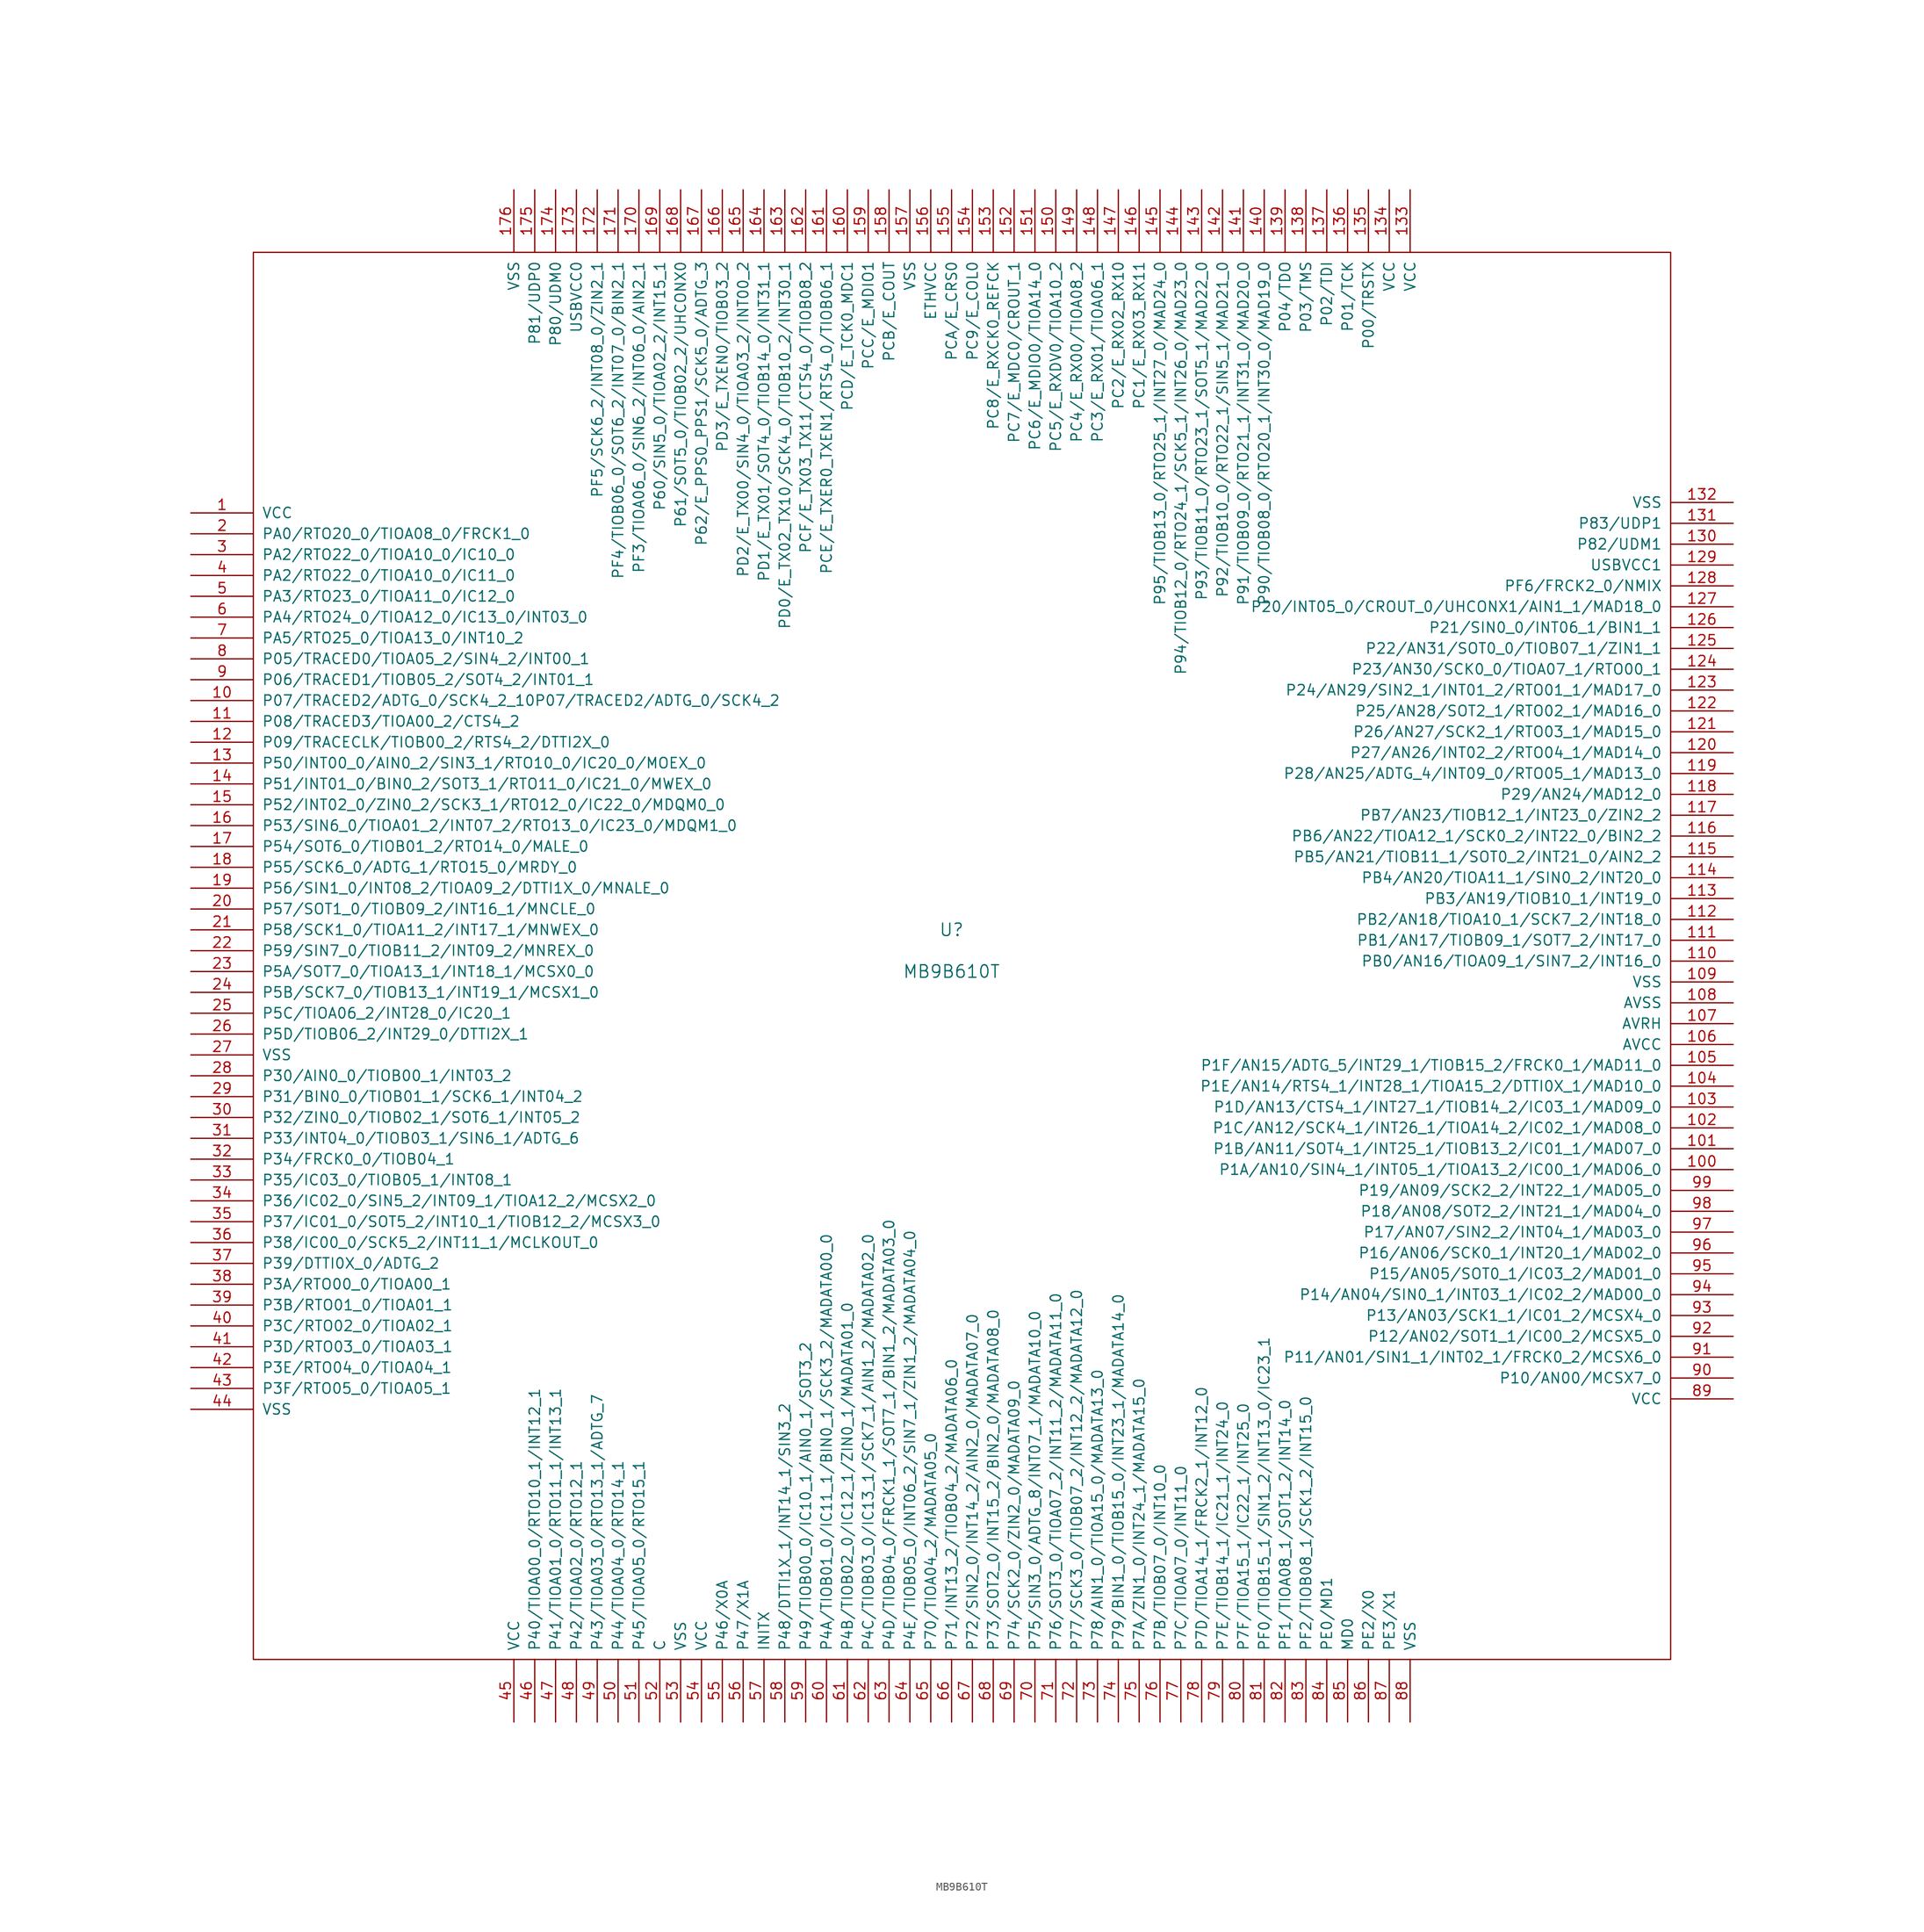
<source format=kicad_sym>
(kicad_symbol_lib
  (version 20220914)
  (generator kicad_symbol_editor)
  (symbol "MB9B610T"
    (pin_names
      (offset 1.016))
    (property "Reference" "U"
      (at 0 2.54 0)
      (effects (font (size 1.524 1.524))))
    (property "Value" "MB9B610T"
      (at 0 -2.54 0)
      (effects (font (size 1.524 1.524))))
    (property "Footprint" ""
      (at 0 0 0)
      (effects (font (size 1.524 1.524))))
    (property "Datasheet" ""
      (at 0 0 0)
      (effects (font (size 1.524 1.524))))
    (symbol "MB9B610T_0_1"
      (rectangle (start -85.09 85.09) (end 87.63 -86.36) (stroke (width 0) (type solid)) (fill (type none))))
    (symbol "MB9B610T_1_1"
      (pin input line (at -92.71 53.34 0) (length 7.62) (name "VCC" (effects (font (size 1.27 1.27)))) (number "1" (effects (font (size 1.27 1.27)))))
      (pin input line (at -92.71 30.48 0) (length 7.62) (name "P07/TRACED2/ADTG_0/SCK4_2_10P07/TRACED2/ADTG_0/SCK4_2" (effects (font (size 1.27 1.27)))) (number "10" (effects (font (size 1.27 1.27)))))
      (pin input line (at 95.25 -26.67 180) (length 7.62) (name "P1A/AN10/SIN4_1/INT05_1/TIOA13_2/IC00_1/MAD06_0" (effects (font (size 1.27 1.27)))) (number "100" (effects (font (size 1.27 1.27)))))
      (pin input line (at 95.25 -24.13 180) (length 7.62) (name "P1B/AN11/SOT4_1/INT25_1/TIOB13_2/IC01_1/MAD07_0" (effects (font (size 1.27 1.27)))) (number "101" (effects (font (size 1.27 1.27)))))
      (pin input line (at 95.25 -21.59 180) (length 7.62) (name "P1C/AN12/SCK4_1/INT26_1/TIOA14_2/IC02_1/MAD08_0" (effects (font (size 1.27 1.27)))) (number "102" (effects (font (size 1.27 1.27)))))
      (pin input line (at 95.25 -19.05 180) (length 7.62) (name "P1D/AN13/CTS4_1/INT27_1/TIOB14_2/IC03_1/MAD09_0" (effects (font (size 1.27 1.27)))) (number "103" (effects (font (size 1.27 1.27)))))
      (pin input line (at 95.25 -16.51 180) (length 7.62) (name "P1E/AN14/RTS4_1/INT28_1/TIOA15_2/DTTI0X_1/MAD10_0" (effects (font (size 1.27 1.27)))) (number "104" (effects (font (size 1.27 1.27)))))
      (pin input line (at 95.25 -13.97 180) (length 7.62) (name "P1F/AN15/ADTG_5/INT29_1/TIOB15_2/FRCK0_1/MAD11_0" (effects (font (size 1.27 1.27)))) (number "105" (effects (font (size 1.27 1.27)))))
      (pin input line (at 95.25 -11.43 180) (length 7.62) (name "AVCC" (effects (font (size 1.27 1.27)))) (number "106" (effects (font (size 1.27 1.27)))))
      (pin input line (at 95.25 -8.89 180) (length 7.62) (name "AVRH" (effects (font (size 1.27 1.27)))) (number "107" (effects (font (size 1.27 1.27)))))
      (pin input line (at 95.25 -6.35 180) (length 7.62) (name "AVSS" (effects (font (size 1.27 1.27)))) (number "108" (effects (font (size 1.27 1.27)))))
      (pin input line (at 95.25 -3.81 180) (length 7.62) (name "VSS" (effects (font (size 1.27 1.27)))) (number "109" (effects (font (size 1.27 1.27)))))
      (pin input line (at -92.71 27.94 0) (length 7.62) (name "P08/TRACED3/TIOA00_2/CTS4_2" (effects (font (size 1.27 1.27)))) (number "11" (effects (font (size 1.27 1.27)))))
      (pin input line (at 95.25 -1.27 180) (length 7.62) (name "PB0/AN16/TIOA09_1/SIN7_2/INT16_0" (effects (font (size 1.27 1.27)))) (number "110" (effects (font (size 1.27 1.27)))))
      (pin input line (at 95.25 1.27 180) (length 7.62) (name "PB1/AN17/TIOB09_1/SOT7_2/INT17_0" (effects (font (size 1.27 1.27)))) (number "111" (effects (font (size 1.27 1.27)))))
      (pin input line (at 95.25 3.81 180) (length 7.62) (name "PB2/AN18/TIOA10_1/SCK7_2/INT18_0" (effects (font (size 1.27 1.27)))) (number "112" (effects (font (size 1.27 1.27)))))
      (pin input line (at 95.25 6.35 180) (length 7.62) (name "PB3/AN19/TIOB10_1/INT19_0" (effects (font (size 1.27 1.27)))) (number "113" (effects (font (size 1.27 1.27)))))
      (pin input line (at 95.25 8.89 180) (length 7.62) (name "PB4/AN20/TIOA11_1/SIN0_2/INT20_0" (effects (font (size 1.27 1.27)))) (number "114" (effects (font (size 1.27 1.27)))))
      (pin input line (at 95.25 11.43 180) (length 7.62) (name "PB5/AN21/TIOB11_1/SOT0_2/INT21_0/AIN2_2" (effects (font (size 1.27 1.27)))) (number "115" (effects (font (size 1.27 1.27)))))
      (pin input line (at 95.25 13.97 180) (length 7.62) (name "PB6/AN22/TIOA12_1/SCK0_2/INT22_0/BIN2_2" (effects (font (size 1.27 1.27)))) (number "116" (effects (font (size 1.27 1.27)))))
      (pin input line (at 95.25 16.51 180) (length 7.62) (name "PB7/AN23/TIOB12_1/INT23_0/ZIN2_2" (effects (font (size 1.27 1.27)))) (number "117" (effects (font (size 1.27 1.27)))))
      (pin input line (at 95.25 19.05 180) (length 7.62) (name "P29/AN24/MAD12_0" (effects (font (size 1.27 1.27)))) (number "118" (effects (font (size 1.27 1.27)))))
      (pin input line (at 95.25 21.59 180) (length 7.62) (name "P28/AN25/ADTG_4/INT09_0/RTO05_1/MAD13_0" (effects (font (size 1.27 1.27)))) (number "119" (effects (font (size 1.27 1.27)))))
      (pin input line (at -92.71 25.4 0) (length 7.62) (name "P09/TRACECLK/TIOB00_2/RTS4_2/DTTI2X_0" (effects (font (size 1.27 1.27)))) (number "12" (effects (font (size 1.27 1.27)))))
      (pin input line (at 95.25 24.13 180) (length 7.62) (name "P27/AN26/INT02_2/RTO04_1/MAD14_0" (effects (font (size 1.27 1.27)))) (number "120" (effects (font (size 1.27 1.27)))))
      (pin input line (at 95.25 26.67 180) (length 7.62) (name "P26/AN27/SCK2_1/RTO03_1/MAD15_0" (effects (font (size 1.27 1.27)))) (number "121" (effects (font (size 1.27 1.27)))))
      (pin input line (at 95.25 29.21 180) (length 7.62) (name "P25/AN28/SOT2_1/RTO02_1/MAD16_0" (effects (font (size 1.27 1.27)))) (number "122" (effects (font (size 1.27 1.27)))))
      (pin input line (at 95.25 31.75 180) (length 7.62) (name "P24/AN29/SIN2_1/INT01_2/RTO01_1/MAD17_0" (effects (font (size 1.27 1.27)))) (number "123" (effects (font (size 1.27 1.27)))))
      (pin input line (at 95.25 34.29 180) (length 7.62) (name "P23/AN30/SCK0_0/TIOA07_1/RTO00_1" (effects (font (size 1.27 1.27)))) (number "124" (effects (font (size 1.27 1.27)))))
      (pin input line (at 95.25 36.83 180) (length 7.62) (name "P22/AN31/SOT0_0/TIOB07_1/ZIN1_1" (effects (font (size 1.27 1.27)))) (number "125" (effects (font (size 1.27 1.27)))))
      (pin input line (at 95.25 39.37 180) (length 7.62) (name "P21/SIN0_0/INT06_1/BIN1_1" (effects (font (size 1.27 1.27)))) (number "126" (effects (font (size 1.27 1.27)))))
      (pin input line (at 95.25 41.91 180) (length 7.62) (name "P20/INT05_0/CROUT_0/UHCONX1/AIN1_1/MAD18_0" (effects (font (size 1.27 1.27)))) (number "127" (effects (font (size 1.27 1.27)))))
      (pin input line (at 95.25 44.45 180) (length 7.62) (name "PF6/FRCK2_0/NMIX" (effects (font (size 1.27 1.27)))) (number "128" (effects (font (size 1.27 1.27)))))
      (pin input line (at 95.25 46.99 180) (length 7.62) (name "USBVCC1" (effects (font (size 1.27 1.27)))) (number "129" (effects (font (size 1.27 1.27)))))
      (pin input line (at -92.71 22.86 0) (length 7.62) (name "P50/INT00_0/AIN0_2/SIN3_1/RTO10_0/IC20_0/MOEX_0" (effects (font (size 1.27 1.27)))) (number "13" (effects (font (size 1.27 1.27)))))
      (pin input line (at 95.25 49.53 180) (length 7.62) (name "P82/UDM1" (effects (font (size 1.27 1.27)))) (number "130" (effects (font (size 1.27 1.27)))))
      (pin input line (at 95.25 52.07 180) (length 7.62) (name "P83/UDP1" (effects (font (size 1.27 1.27)))) (number "131" (effects (font (size 1.27 1.27)))))
      (pin input line (at 95.25 54.61 180) (length 7.62) (name "VSS" (effects (font (size 1.27 1.27)))) (number "132" (effects (font (size 1.27 1.27)))))
      (pin input line (at 55.88 92.71 270) (length 7.62) (name "VCC" (effects (font (size 1.27 1.27)))) (number "133" (effects (font (size 1.27 1.27)))))
      (pin input line (at 53.34 92.71 270) (length 7.62) (name "VCC" (effects (font (size 1.27 1.27)))) (number "134" (effects (font (size 1.27 1.27)))))
      (pin input line (at 50.8 92.71 270) (length 7.62) (name "P00/TRSTX" (effects (font (size 1.27 1.27)))) (number "135" (effects (font (size 1.27 1.27)))))
      (pin input line (at 48.26 92.71 270) (length 7.62) (name "P01/TCK" (effects (font (size 1.27 1.27)))) (number "136" (effects (font (size 1.27 1.27)))))
      (pin input line (at 45.72 92.71 270) (length 7.62) (name "P02/TDI" (effects (font (size 1.27 1.27)))) (number "137" (effects (font (size 1.27 1.27)))))
      (pin input line (at 43.18 92.71 270) (length 7.62) (name "P03/TMS" (effects (font (size 1.27 1.27)))) (number "138" (effects (font (size 1.27 1.27)))))
      (pin input line (at 40.64 92.71 270) (length 7.62) (name "P04/TDO" (effects (font (size 1.27 1.27)))) (number "139" (effects (font (size 1.27 1.27)))))
      (pin input line (at -92.71 20.32 0) (length 7.62) (name "P51/INT01_0/BIN0_2/SOT3_1/RTO11_0/IC21_0/MWEX_0" (effects (font (size 1.27 1.27)))) (number "14" (effects (font (size 1.27 1.27)))))
      (pin input line (at 38.1 92.71 270) (length 7.62) (name "P90/TIOB08_0/RTO20_1/INT30_0/MAD19_0" (effects (font (size 1.27 1.27)))) (number "140" (effects (font (size 1.27 1.27)))))
      (pin input line (at 35.56 92.71 270) (length 7.62) (name "P91/TIOB09_0/RTO21_1/INT31_0/MAD20_0" (effects (font (size 1.27 1.27)))) (number "141" (effects (font (size 1.27 1.27)))))
      (pin input line (at 33.02 92.71 270) (length 7.62) (name "P92/TIOB10_0/RTO22_1/SIN5_1/MAD21_0" (effects (font (size 1.27 1.27)))) (number "142" (effects (font (size 1.27 1.27)))))
      (pin input line (at 30.48 92.71 270) (length 7.62) (name "P93/TIOB11_0/RTO23_1/SOT5_1/MAD22_0" (effects (font (size 1.27 1.27)))) (number "143" (effects (font (size 1.27 1.27)))))
      (pin input line (at 27.94 92.71 270) (length 7.62) (name "P94/TIOB12_0/RTO24_1/SCK5_1/INT26_0/MAD23_0" (effects (font (size 1.27 1.27)))) (number "144" (effects (font (size 1.27 1.27)))))
      (pin input line (at 25.4 92.71 270) (length 7.62) (name "P95/TIOB13_0/RTO25_1/INT27_0/MAD24_0" (effects (font (size 1.27 1.27)))) (number "145" (effects (font (size 1.27 1.27)))))
      (pin input line (at 22.86 92.71 270) (length 7.62) (name "PC1/E_RX03_RX11" (effects (font (size 1.27 1.27)))) (number "146" (effects (font (size 1.27 1.27)))))
      (pin input line (at 20.32 92.71 270) (length 7.62) (name "PC2/E_RX02_RX10" (effects (font (size 1.27 1.27)))) (number "147" (effects (font (size 1.27 1.27)))))
      (pin input line (at 17.78 92.71 270) (length 7.62) (name "PC3/E_RX01/TIOA06_1" (effects (font (size 1.27 1.27)))) (number "148" (effects (font (size 1.27 1.27)))))
      (pin input line (at 15.24 92.71 270) (length 7.62) (name "PC4/E_RX00/TIOA08_2" (effects (font (size 1.27 1.27)))) (number "149" (effects (font (size 1.27 1.27)))))
      (pin input line (at -92.71 17.78 0) (length 7.62) (name "P52/INT02_0/ZIN0_2/SCK3_1/RTO12_0/IC22_0/MDQM0_0" (effects (font (size 1.27 1.27)))) (number "15" (effects (font (size 1.27 1.27)))))
      (pin input line (at 12.7 92.71 270) (length 7.62) (name "PC5/E_RXDV0/TIOA10_2" (effects (font (size 1.27 1.27)))) (number "150" (effects (font (size 1.27 1.27)))))
      (pin input line (at 10.16 92.71 270) (length 7.62) (name "PC6/E_MDIO0/TIOA14_0" (effects (font (size 1.27 1.27)))) (number "151" (effects (font (size 1.27 1.27)))))
      (pin input line (at 7.62 92.71 270) (length 7.62) (name "PC7/E_MDC0/CROUT_1" (effects (font (size 1.27 1.27)))) (number "152" (effects (font (size 1.27 1.27)))))
      (pin input line (at 5.08 92.71 270) (length 7.62) (name "PC8/E_RXCK0_REFCK" (effects (font (size 1.27 1.27)))) (number "153" (effects (font (size 1.27 1.27)))))
      (pin input line (at 2.54 92.71 270) (length 7.62) (name "PC9/E_COL0" (effects (font (size 1.27 1.27)))) (number "154" (effects (font (size 1.27 1.27)))))
      (pin input line (at 0 92.71 270) (length 7.62) (name "PCA/E_CRS0" (effects (font (size 1.27 1.27)))) (number "155" (effects (font (size 1.27 1.27)))))
      (pin input line (at -2.54 92.71 270) (length 7.62) (name "ETHVCC" (effects (font (size 1.27 1.27)))) (number "156" (effects (font (size 1.27 1.27)))))
      (pin input line (at -5.08 92.71 270) (length 7.62) (name "VSS" (effects (font (size 1.27 1.27)))) (number "157" (effects (font (size 1.27 1.27)))))
      (pin input line (at -7.62 92.71 270) (length 7.62) (name "PCB/E_COUT" (effects (font (size 1.27 1.27)))) (number "158" (effects (font (size 1.27 1.27)))))
      (pin input line (at -10.16 92.71 270) (length 7.62) (name "PCC/E_MDIO1" (effects (font (size 1.27 1.27)))) (number "159" (effects (font (size 1.27 1.27)))))
      (pin input line (at -92.71 15.24 0) (length 7.62) (name "P53/SIN6_0/TIOA01_2/INT07_2/RTO13_0/IC23_0/MDQM1_0" (effects (font (size 1.27 1.27)))) (number "16" (effects (font (size 1.27 1.27)))))
      (pin input line (at -12.7 92.71 270) (length 7.62) (name "PCD/E_TCK0_MDC1" (effects (font (size 1.27 1.27)))) (number "160" (effects (font (size 1.27 1.27)))))
      (pin input line (at -15.24 92.71 270) (length 7.62) (name "PCE/E_TXER0_TXEN1/RTS4_0/TIOB06_1" (effects (font (size 1.27 1.27)))) (number "161" (effects (font (size 1.27 1.27)))))
      (pin input line (at -17.78 92.71 270) (length 7.62) (name "PCF/E_TX03_TX11/CTS4_0/TIOB08_2" (effects (font (size 1.27 1.27)))) (number "162" (effects (font (size 1.27 1.27)))))
      (pin input line (at -20.32 92.71 270) (length 7.62) (name "PD0/E_TX02_TX10/SCK4_0/TIOB10_2/INT30_1" (effects (font (size 1.27 1.27)))) (number "163" (effects (font (size 1.27 1.27)))))
      (pin input line (at -22.86 92.71 270) (length 7.62) (name "PD1/E_TX01/SOT4_0/TIOB14_0/INT31_1" (effects (font (size 1.27 1.27)))) (number "164" (effects (font (size 1.27 1.27)))))
      (pin input line (at -25.4 92.71 270) (length 7.62) (name "PD2/E_TX00/SIN4_0/TIOA03_2/INT00_2" (effects (font (size 1.27 1.27)))) (number "165" (effects (font (size 1.27 1.27)))))
      (pin input line (at -27.94 92.71 270) (length 7.62) (name "PD3/E_TXEN0/TIOB03_2" (effects (font (size 1.27 1.27)))) (number "166" (effects (font (size 1.27 1.27)))))
      (pin input line (at -30.48 92.71 270) (length 7.62) (name "P62/E_PPS0_PPS1/SCK5_0/ADTG_3" (effects (font (size 1.27 1.27)))) (number "167" (effects (font (size 1.27 1.27)))))
      (pin input line (at -33.02 92.71 270) (length 7.62) (name "P61/SOT5_0/TIOB02_2/UHCONX0" (effects (font (size 1.27 1.27)))) (number "168" (effects (font (size 1.27 1.27)))))
      (pin input line (at -35.56 92.71 270) (length 7.62) (name "P60/SIN5_0/TIOA02_2/INT15_1" (effects (font (size 1.27 1.27)))) (number "169" (effects (font (size 1.27 1.27)))))
      (pin input line (at -92.71 12.7 0) (length 7.62) (name "P54/SOT6_0/TIOB01_2/RTO14_0/MALE_0" (effects (font (size 1.27 1.27)))) (number "17" (effects (font (size 1.27 1.27)))))
      (pin input line (at -38.1 92.71 270) (length 7.62) (name "PF3/TIOA06_0/SIN6_2/INT06_0/AIN2_1" (effects (font (size 1.27 1.27)))) (number "170" (effects (font (size 1.27 1.27)))))
      (pin input line (at -40.64 92.71 270) (length 7.62) (name "PF4/TIOB06_0/SOT6_2/INT07_0/BIN2_1" (effects (font (size 1.27 1.27)))) (number "171" (effects (font (size 1.27 1.27)))))
      (pin input line (at -43.18 92.71 270) (length 7.62) (name "PF5/SCK6_2/INT08_0/ZIN2_1" (effects (font (size 1.27 1.27)))) (number "172" (effects (font (size 1.27 1.27)))))
      (pin input line (at -45.72 92.71 270) (length 7.62) (name "USBVCC0" (effects (font (size 1.27 1.27)))) (number "173" (effects (font (size 1.27 1.27)))))
      (pin input line (at -48.26 92.71 270) (length 7.62) (name "P80/UDM0" (effects (font (size 1.27 1.27)))) (number "174" (effects (font (size 1.27 1.27)))))
      (pin input line (at -50.8 92.71 270) (length 7.62) (name "P81/UDP0" (effects (font (size 1.27 1.27)))) (number "175" (effects (font (size 1.27 1.27)))))
      (pin input line (at -53.34 92.71 270) (length 7.62) (name "VSS" (effects (font (size 1.27 1.27)))) (number "176" (effects (font (size 1.27 1.27)))))
      (pin input line (at -92.71 10.16 0) (length 7.62) (name "P55/SCK6_0/ADTG_1/RTO15_0/MRDY_0" (effects (font (size 1.27 1.27)))) (number "18" (effects (font (size 1.27 1.27)))))
      (pin input line (at -92.71 7.62 0) (length 7.62) (name "P56/SIN1_0/INT08_2/TIOA09_2/DTTI1X_0/MNALE_0" (effects (font (size 1.27 1.27)))) (number "19" (effects (font (size 1.27 1.27)))))
      (pin input line (at -92.71 50.8 0) (length 7.62) (name "PA0/RTO20_0/TIOA08_0/FRCK1_0" (effects (font (size 1.27 1.27)))) (number "2" (effects (font (size 1.27 1.27)))))
      (pin input line (at -92.71 5.08 0) (length 7.62) (name "P57/SOT1_0/TIOB09_2/INT16_1/MNCLE_0" (effects (font (size 1.27 1.27)))) (number "20" (effects (font (size 1.27 1.27)))))
      (pin input line (at -92.71 2.54 0) (length 7.62) (name "P58/SCK1_0/TIOA11_2/INT17_1/MNWEX_0" (effects (font (size 1.27 1.27)))) (number "21" (effects (font (size 1.27 1.27)))))
      (pin input line (at -92.71 0 0) (length 7.62) (name "P59/SIN7_0/TIOB11_2/INT09_2/MNREX_0" (effects (font (size 1.27 1.27)))) (number "22" (effects (font (size 1.27 1.27)))))
      (pin input line (at -92.71 -2.54 0) (length 7.62) (name "P5A/SOT7_0/TIOA13_1/INT18_1/MCSX0_0" (effects (font (size 1.27 1.27)))) (number "23" (effects (font (size 1.27 1.27)))))
      (pin input line (at -92.71 -5.08 0) (length 7.62) (name "P5B/SCK7_0/TIOB13_1/INT19_1/MCSX1_0" (effects (font (size 1.27 1.27)))) (number "24" (effects (font (size 1.27 1.27)))))
      (pin input line (at -92.71 -7.62 0) (length 7.62) (name "P5C/TIOA06_2/INT28_0/IC20_1" (effects (font (size 1.27 1.27)))) (number "25" (effects (font (size 1.27 1.27)))))
      (pin input line (at -92.71 -10.16 0) (length 7.62) (name "P5D/TIOB06_2/INT29_0/DTTI2X_1" (effects (font (size 1.27 1.27)))) (number "26" (effects (font (size 1.27 1.27)))))
      (pin input line (at -92.71 -12.7 0) (length 7.62) (name "VSS" (effects (font (size 1.27 1.27)))) (number "27" (effects (font (size 1.27 1.27)))))
      (pin input line (at -92.71 -15.24 0) (length 7.62) (name "P30/AIN0_0/TIOB00_1/INT03_2" (effects (font (size 1.27 1.27)))) (number "28" (effects (font (size 1.27 1.27)))))
      (pin input line (at -92.71 -17.78 0) (length 7.62) (name "P31/BIN0_0/TIOB01_1/SCK6_1/INT04_2" (effects (font (size 1.27 1.27)))) (number "29" (effects (font (size 1.27 1.27)))))
      (pin input line (at -92.71 48.26 0) (length 7.62) (name "PA2/RTO22_0/TIOA10_0/IC10_0" (effects (font (size 1.27 1.27)))) (number "3" (effects (font (size 1.27 1.27)))))
      (pin input line (at -92.71 -20.32 0) (length 7.62) (name "P32/ZIN0_0/TIOB02_1/SOT6_1/INT05_2" (effects (font (size 1.27 1.27)))) (number "30" (effects (font (size 1.27 1.27)))))
      (pin input line (at -92.71 -22.86 0) (length 7.62) (name "P33/INT04_0/TIOB03_1/SIN6_1/ADTG_6" (effects (font (size 1.27 1.27)))) (number "31" (effects (font (size 1.27 1.27)))))
      (pin input line (at -92.71 -25.4 0) (length 7.62) (name "P34/FRCK0_0/TIOB04_1" (effects (font (size 1.27 1.27)))) (number "32" (effects (font (size 1.27 1.27)))))
      (pin input line (at -92.71 -27.94 0) (length 7.62) (name "P35/IC03_0/TIOB05_1/INT08_1" (effects (font (size 1.27 1.27)))) (number "33" (effects (font (size 1.27 1.27)))))
      (pin input line (at -92.71 -30.48 0) (length 7.62) (name "P36/IC02_0/SIN5_2/INT09_1/TIOA12_2/MCSX2_0" (effects (font (size 1.27 1.27)))) (number "34" (effects (font (size 1.27 1.27)))))
      (pin input line (at -92.71 -33.02 0) (length 7.62) (name "P37/IC01_0/SOT5_2/INT10_1/TIOB12_2/MCSX3_0" (effects (font (size 1.27 1.27)))) (number "35" (effects (font (size 1.27 1.27)))))
      (pin input line (at -92.71 -35.56 0) (length 7.62) (name "P38/IC00_0/SCK5_2/INT11_1/MCLKOUT_0" (effects (font (size 1.27 1.27)))) (number "36" (effects (font (size 1.27 1.27)))))
      (pin input line (at -92.71 -38.1 0) (length 7.62) (name "P39/DTTI0X_0/ADTG_2" (effects (font (size 1.27 1.27)))) (number "37" (effects (font (size 1.27 1.27)))))
      (pin input line (at -92.71 -40.64 0) (length 7.62) (name "P3A/RTO00_0/TIOA00_1" (effects (font (size 1.27 1.27)))) (number "38" (effects (font (size 1.27 1.27)))))
      (pin input line (at -92.71 -43.18 0) (length 7.62) (name "P3B/RTO01_0/TIOA01_1" (effects (font (size 1.27 1.27)))) (number "39" (effects (font (size 1.27 1.27)))))
      (pin input line (at -92.71 45.72 0) (length 7.62) (name "PA2/RTO22_0/TIOA10_0/IC11_0" (effects (font (size 1.27 1.27)))) (number "4" (effects (font (size 1.27 1.27)))))
      (pin input line (at -92.71 -45.72 0) (length 7.62) (name "P3C/RTO02_0/TIOA02_1" (effects (font (size 1.27 1.27)))) (number "40" (effects (font (size 1.27 1.27)))))
      (pin input line (at -92.71 -48.26 0) (length 7.62) (name "P3D/RTO03_0/TIOA03_1" (effects (font (size 1.27 1.27)))) (number "41" (effects (font (size 1.27 1.27)))))
      (pin input line (at -92.71 -50.8 0) (length 7.62) (name "P3E/RTO04_0/TIOA04_1" (effects (font (size 1.27 1.27)))) (number "42" (effects (font (size 1.27 1.27)))))
      (pin input line (at -92.71 -53.34 0) (length 7.62) (name "P3F/RTO05_0/TIOA05_1" (effects (font (size 1.27 1.27)))) (number "43" (effects (font (size 1.27 1.27)))))
      (pin input line (at -92.71 -55.88 0) (length 7.62) (name "VSS" (effects (font (size 1.27 1.27)))) (number "44" (effects (font (size 1.27 1.27)))))
      (pin input line (at -53.34 -93.98 90) (length 7.62) (name "VCC" (effects (font (size 1.27 1.27)))) (number "45" (effects (font (size 1.27 1.27)))))
      (pin input line (at -50.8 -93.98 90) (length 7.62) (name "P40/TIOA00_0/RTO10_1/INT12_1" (effects (font (size 1.27 1.27)))) (number "46" (effects (font (size 1.27 1.27)))))
      (pin input line (at -48.26 -93.98 90) (length 7.62) (name "P41/TIOA01_0/RTO11_1/INT13_1" (effects (font (size 1.27 1.27)))) (number "47" (effects (font (size 1.27 1.27)))))
      (pin input line (at -45.72 -93.98 90) (length 7.62) (name "P42/TIOA02_0/RTO12_1" (effects (font (size 1.27 1.27)))) (number "48" (effects (font (size 1.27 1.27)))))
      (pin input line (at -43.18 -93.98 90) (length 7.62) (name "P43/TIOA03_0/RTO13_1/ADTG_7" (effects (font (size 1.27 1.27)))) (number "49" (effects (font (size 1.27 1.27)))))
      (pin input line (at -92.71 43.18 0) (length 7.62) (name "PA3/RTO23_0/TIOA11_0/IC12_0" (effects (font (size 1.27 1.27)))) (number "5" (effects (font (size 1.27 1.27)))))
      (pin input line (at -40.64 -93.98 90) (length 7.62) (name "P44/TIOA04_0/RTO14_1" (effects (font (size 1.27 1.27)))) (number "50" (effects (font (size 1.27 1.27)))))
      (pin input line (at -38.1 -93.98 90) (length 7.62) (name "P45/TIOA05_0/RTO15_1" (effects (font (size 1.27 1.27)))) (number "51" (effects (font (size 1.27 1.27)))))
      (pin input line (at -35.56 -93.98 90) (length 7.62) (name "C" (effects (font (size 1.27 1.27)))) (number "52" (effects (font (size 1.27 1.27)))))
      (pin input line (at -33.02 -93.98 90) (length 7.62) (name "VSS" (effects (font (size 1.27 1.27)))) (number "53" (effects (font (size 1.27 1.27)))))
      (pin input line (at -30.48 -93.98 90) (length 7.62) (name "VCC" (effects (font (size 1.27 1.27)))) (number "54" (effects (font (size 1.27 1.27)))))
      (pin input line (at -27.94 -93.98 90) (length 7.62) (name "P46/X0A" (effects (font (size 1.27 1.27)))) (number "55" (effects (font (size 1.27 1.27)))))
      (pin input line (at -25.4 -93.98 90) (length 7.62) (name "P47/X1A" (effects (font (size 1.27 1.27)))) (number "56" (effects (font (size 1.27 1.27)))))
      (pin input line (at -22.86 -93.98 90) (length 7.62) (name "INITX" (effects (font (size 1.27 1.27)))) (number "57" (effects (font (size 1.27 1.27)))))
      (pin input line (at -20.32 -93.98 90) (length 7.62) (name "P48/DTTI1X_1/INT14_1/SIN3_2" (effects (font (size 1.27 1.27)))) (number "58" (effects (font (size 1.27 1.27)))))
      (pin input line (at -17.78 -93.98 90) (length 7.62) (name "P49/TIOB00_0/IC10_1/AIN0_1/SOT3_2" (effects (font (size 1.27 1.27)))) (number "59" (effects (font (size 1.27 1.27)))))
      (pin input line (at -92.71 40.64 0) (length 7.62) (name "PA4/RTO24_0/TIOA12_0/IC13_0/INT03_0" (effects (font (size 1.27 1.27)))) (number "6" (effects (font (size 1.27 1.27)))))
      (pin input line (at -15.24 -93.98 90) (length 7.62) (name "P4A/TIOB01_0/IC11_1/BIN0_1/SCK3_2/MADATA00_0" (effects (font (size 1.27 1.27)))) (number "60" (effects (font (size 1.27 1.27)))))
      (pin input line (at -12.7 -93.98 90) (length 7.62) (name "P4B/TIOB02_0/IC12_1/ZIN0_1/MADATA01_0" (effects (font (size 1.27 1.27)))) (number "61" (effects (font (size 1.27 1.27)))))
      (pin input line (at -10.16 -93.98 90) (length 7.62) (name "P4C/TIOB03_0/IC13_1/SCK7_1/AIN1_2/MADATA02_0" (effects (font (size 1.27 1.27)))) (number "62" (effects (font (size 1.27 1.27)))))
      (pin input line (at -7.62 -93.98 90) (length 7.62) (name "P4D/TIOB04_0/FRCK1_1/SOT7_1/BIN1_2/MADATA03_0" (effects (font (size 1.27 1.27)))) (number "63" (effects (font (size 1.27 1.27)))))
      (pin input line (at -5.08 -93.98 90) (length 7.62) (name "P4E/TIOB05_0/INT06_2/SIN7_1/ZIN1_2/MADATA04_0" (effects (font (size 1.27 1.27)))) (number "64" (effects (font (size 1.27 1.27)))))
      (pin input line (at -2.54 -93.98 90) (length 7.62) (name "P70/TIOA04_2/MADATA05_0" (effects (font (size 1.27 1.27)))) (number "65" (effects (font (size 1.27 1.27)))))
      (pin input line (at 0 -93.98 90) (length 7.62) (name "P71/INT13_2/TIOB04_2/MADATA06_0" (effects (font (size 1.27 1.27)))) (number "66" (effects (font (size 1.27 1.27)))))
      (pin input line (at 2.54 -93.98 90) (length 7.62) (name "P72/SIN2_0/INT14_2/AIN2_0/MADATA07_0" (effects (font (size 1.27 1.27)))) (number "67" (effects (font (size 1.27 1.27)))))
      (pin input line (at 5.08 -93.98 90) (length 7.62) (name "P73/SOT2_0/INT15_2/BIN2_0/MADATA08_0" (effects (font (size 1.27 1.27)))) (number "68" (effects (font (size 1.27 1.27)))))
      (pin input line (at 7.62 -93.98 90) (length 7.62) (name "P74/SCK2_0/ZIN2_0/MADATA09_0" (effects (font (size 1.27 1.27)))) (number "69" (effects (font (size 1.27 1.27)))))
      (pin input line (at -92.71 38.1 0) (length 7.62) (name "PA5/RTO25_0/TIOA13_0/INT10_2" (effects (font (size 1.27 1.27)))) (number "7" (effects (font (size 1.27 1.27)))))
      (pin input line (at 10.16 -93.98 90) (length 7.62) (name "P75/SIN3_0/ADTG_8/INT07_1/MADATA10_0" (effects (font (size 1.27 1.27)))) (number "70" (effects (font (size 1.27 1.27)))))
      (pin input line (at 12.7 -93.98 90) (length 7.62) (name "P76/SOT3_0/TIOA07_2/INT11_2/MADATA11_0" (effects (font (size 1.27 1.27)))) (number "71" (effects (font (size 1.27 1.27)))))
      (pin input line (at 15.24 -93.98 90) (length 7.62) (name "P77/SCK3_0/TIOB07_2/INT12_2/MADATA12_0" (effects (font (size 1.27 1.27)))) (number "72" (effects (font (size 1.27 1.27)))))
      (pin input line (at 17.78 -93.98 90) (length 7.62) (name "P78/AIN1_0/TIOA15_0/MADATA13_0" (effects (font (size 1.27 1.27)))) (number "73" (effects (font (size 1.27 1.27)))))
      (pin input line (at 20.32 -93.98 90) (length 7.62) (name "P79/BIN1_0/TIOB15_0/INT23_1/MADATA14_0" (effects (font (size 1.27 1.27)))) (number "74" (effects (font (size 1.27 1.27)))))
      (pin input line (at 22.86 -93.98 90) (length 7.62) (name "P7A/ZIN1_0/INT24_1/MADATA15_0" (effects (font (size 1.27 1.27)))) (number "75" (effects (font (size 1.27 1.27)))))
      (pin input line (at 25.4 -93.98 90) (length 7.62) (name "P7B/TIOB07_0/INT10_0" (effects (font (size 1.27 1.27)))) (number "76" (effects (font (size 1.27 1.27)))))
      (pin input line (at 27.94 -93.98 90) (length 7.62) (name "P7C/TIOA07_0/INT11_0" (effects (font (size 1.27 1.27)))) (number "77" (effects (font (size 1.27 1.27)))))
      (pin input line (at 30.48 -93.98 90) (length 7.62) (name "P7D/TIOA14_1/FRCK2_1/INT12_0" (effects (font (size 1.27 1.27)))) (number "78" (effects (font (size 1.27 1.27)))))
      (pin input line (at 33.02 -93.98 90) (length 7.62) (name "P7E/TIOB14_1/IC21_1/INT24_0" (effects (font (size 1.27 1.27)))) (number "79" (effects (font (size 1.27 1.27)))))
      (pin input line (at -92.71 35.56 0) (length 7.62) (name "P05/TRACED0/TIOA05_2/SIN4_2/INT00_1" (effects (font (size 1.27 1.27)))) (number "8" (effects (font (size 1.27 1.27)))))
      (pin input line (at 35.56 -93.98 90) (length 7.62) (name "P7F/TIOA15_1/IC22_1/INT25_0" (effects (font (size 1.27 1.27)))) (number "80" (effects (font (size 1.27 1.27)))))
      (pin input line (at 38.1 -93.98 90) (length 7.62) (name "PF0/TIOB15_1/SIN1_2/INT13_0/IC23_1" (effects (font (size 1.27 1.27)))) (number "81" (effects (font (size 1.27 1.27)))))
      (pin input line (at 40.64 -93.98 90) (length 7.62) (name "PF1/TIOA08_1/SOT1_2/INT14_0" (effects (font (size 1.27 1.27)))) (number "82" (effects (font (size 1.27 1.27)))))
      (pin input line (at 43.18 -93.98 90) (length 7.62) (name "PF2/TIOB08_1/SCK1_2/INT15_0" (effects (font (size 1.27 1.27)))) (number "83" (effects (font (size 1.27 1.27)))))
      (pin input line (at 45.72 -93.98 90) (length 7.62) (name "PE0/MD1" (effects (font (size 1.27 1.27)))) (number "84" (effects (font (size 1.27 1.27)))))
      (pin input line (at 48.26 -93.98 90) (length 7.62) (name "MD0" (effects (font (size 1.27 1.27)))) (number "85" (effects (font (size 1.27 1.27)))))
      (pin input line (at 50.8 -93.98 90) (length 7.62) (name "PE2/X0" (effects (font (size 1.27 1.27)))) (number "86" (effects (font (size 1.27 1.27)))))
      (pin input line (at 53.34 -93.98 90) (length 7.62) (name "PE3/X1" (effects (font (size 1.27 1.27)))) (number "87" (effects (font (size 1.27 1.27)))))
      (pin input line (at 55.88 -93.98 90) (length 7.62) (name "VSS" (effects (font (size 1.27 1.27)))) (number "88" (effects (font (size 1.27 1.27)))))
      (pin input line (at 95.25 -54.61 180) (length 7.62) (name "VCC" (effects (font (size 1.27 1.27)))) (number "89" (effects (font (size 1.27 1.27)))))
      (pin input line (at -92.71 33.02 0) (length 7.62) (name "P06/TRACED1/TIOB05_2/SOT4_2/INT01_1" (effects (font (size 1.27 1.27)))) (number "9" (effects (font (size 1.27 1.27)))))
      (pin input line (at 95.25 -52.07 180) (length 7.62) (name "P10/AN00/MCSX7_0" (effects (font (size 1.27 1.27)))) (number "90" (effects (font (size 1.27 1.27)))))
      (pin input line (at 95.25 -49.53 180) (length 7.62) (name "P11/AN01/SIN1_1/INT02_1/FRCK0_2/MCSX6_0" (effects (font (size 1.27 1.27)))) (number "91" (effects (font (size 1.27 1.27)))))
      (pin input line (at 95.25 -46.99 180) (length 7.62) (name "P12/AN02/SOT1_1/IC00_2/MCSX5_0" (effects (font (size 1.27 1.27)))) (number "92" (effects (font (size 1.27 1.27)))))
      (pin input line (at 95.25 -44.45 180) (length 7.62) (name "P13/AN03/SCK1_1/IC01_2/MCSX4_0" (effects (font (size 1.27 1.27)))) (number "93" (effects (font (size 1.27 1.27)))))
      (pin input line (at 95.25 -41.91 180) (length 7.62) (name "P14/AN04/SIN0_1/INT03_1/IC02_2/MAD00_0" (effects (font (size 1.27 1.27)))) (number "94" (effects (font (size 1.27 1.27)))))
      (pin input line (at 95.25 -39.37 180) (length 7.62) (name "P15/AN05/SOT0_1/IC03_2/MAD01_0" (effects (font (size 1.27 1.27)))) (number "95" (effects (font (size 1.27 1.27)))))
      (pin input line (at 95.25 -36.83 180) (length 7.62) (name "P16/AN06/SCK0_1/INT20_1/MAD02_0" (effects (font (size 1.27 1.27)))) (number "96" (effects (font (size 1.27 1.27)))))
      (pin input line (at 95.25 -34.29 180) (length 7.62) (name "P17/AN07/SIN2_2/INT04_1/MAD03_0" (effects (font (size 1.27 1.27)))) (number "97" (effects (font (size 1.27 1.27)))))
      (pin input line (at 95.25 -31.75 180) (length 7.62) (name "P18/AN08/SOT2_2/INT21_1/MAD04_0" (effects (font (size 1.27 1.27)))) (number "98" (effects (font (size 1.27 1.27)))))
      (pin input line (at 95.25 -29.21 180) (length 7.62) (name "P19/AN09/SCK2_2/INT22_1/MAD05_0" (effects (font (size 1.27 1.27)))) (number "99" (effects (font (size 1.27 1.27))))))))
</source>
